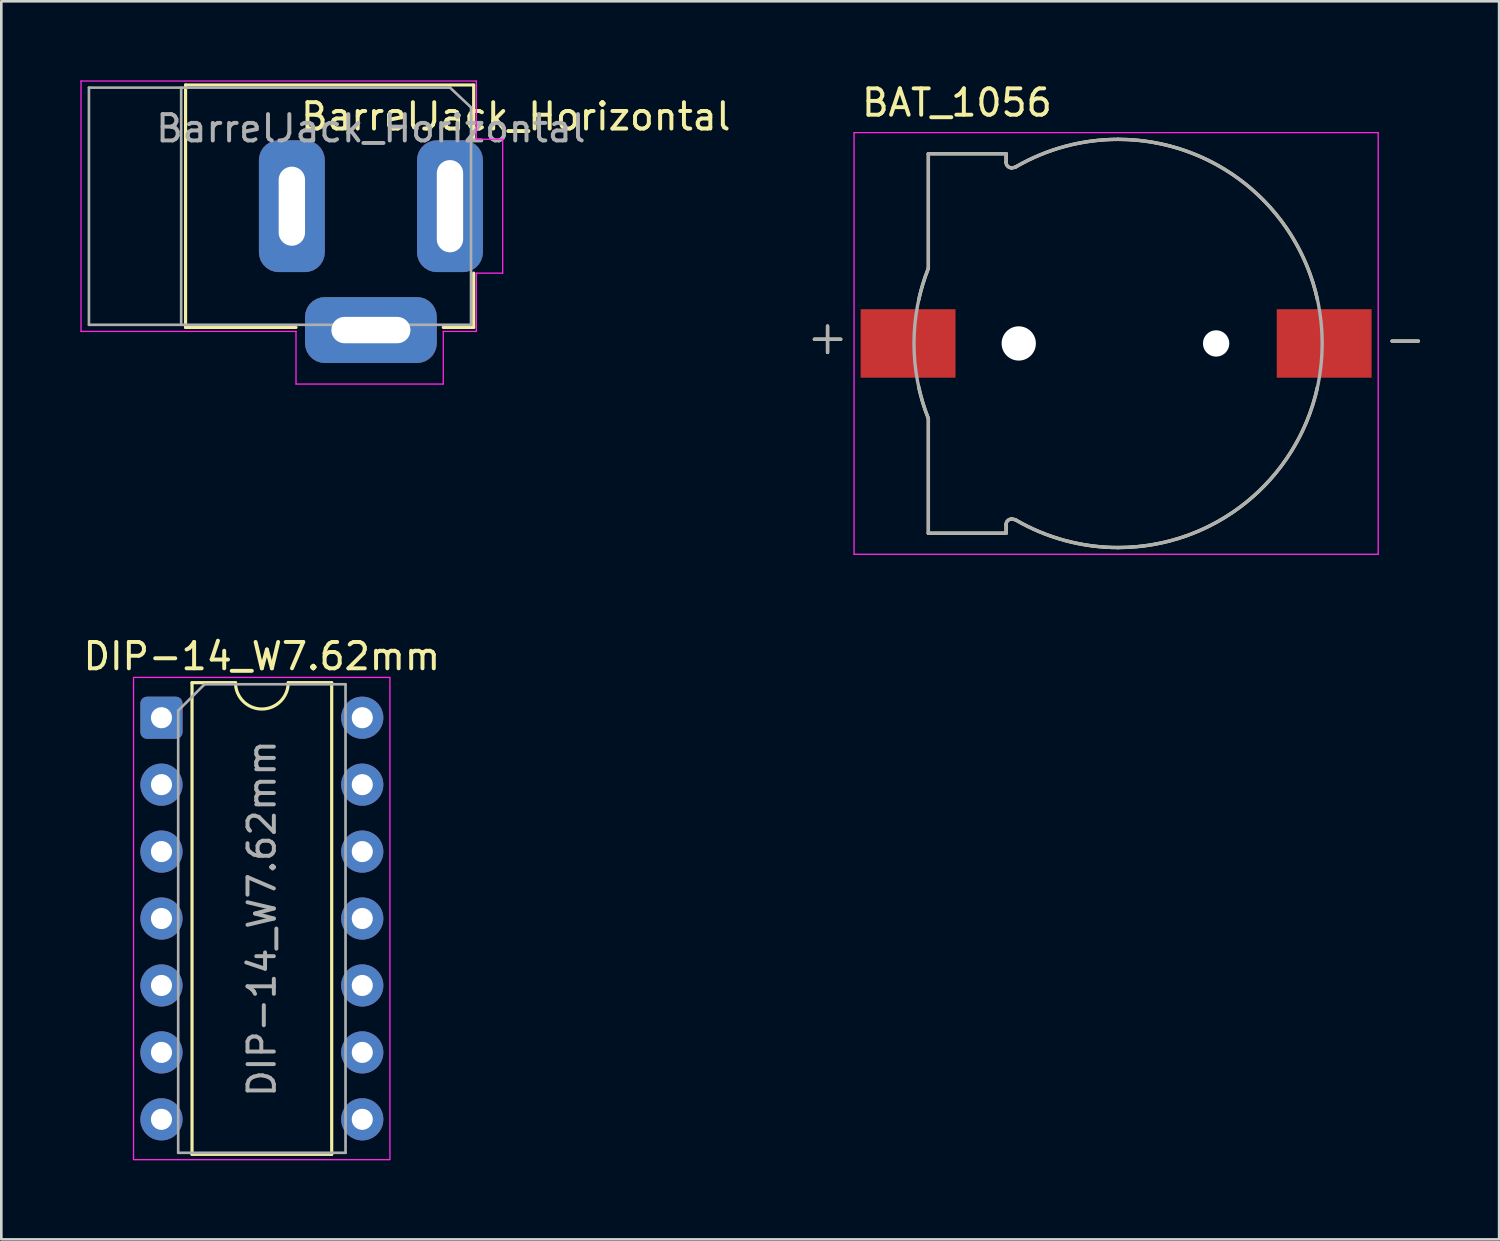
<source format=kicad_pcb>
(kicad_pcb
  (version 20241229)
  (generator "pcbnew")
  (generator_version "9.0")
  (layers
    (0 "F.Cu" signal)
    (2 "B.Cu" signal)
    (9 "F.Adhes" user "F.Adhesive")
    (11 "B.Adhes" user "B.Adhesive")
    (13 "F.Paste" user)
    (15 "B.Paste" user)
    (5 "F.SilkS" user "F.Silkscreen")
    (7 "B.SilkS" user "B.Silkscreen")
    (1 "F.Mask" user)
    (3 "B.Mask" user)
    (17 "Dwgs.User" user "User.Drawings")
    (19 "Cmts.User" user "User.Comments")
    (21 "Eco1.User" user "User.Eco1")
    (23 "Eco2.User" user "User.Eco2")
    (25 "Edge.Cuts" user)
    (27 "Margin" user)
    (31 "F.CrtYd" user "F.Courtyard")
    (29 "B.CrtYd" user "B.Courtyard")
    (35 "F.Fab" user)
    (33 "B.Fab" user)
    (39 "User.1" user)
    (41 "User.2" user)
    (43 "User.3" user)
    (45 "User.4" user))
  (footprint "DIP-14_W7.62mm"
    (layer "F.Cu")
    (at 3.077 24.186)
    (property "Reference" "DIP-14_W7.62mm" (at 3.81 -2.33 0) (layer "F.SilkS") (effects (font (size 1 1) (thickness 0.15))))
    (attr through_hole)
    (fp_line (start 1.16 -1.33) (end 1.16 16.57) (stroke (width 0.12) (type solid)) (layer "F.SilkS"))
    (fp_line (start 1.16 16.57) (end 6.46 16.57) (stroke (width 0.12) (type solid)) (layer "F.SilkS"))
    (fp_line (start 2.81 -1.33) (end 1.16 -1.33) (stroke (width 0.12) (type solid)) (layer "F.SilkS"))
    (fp_line (start 6.46 -1.33) (end 4.81 -1.33) (stroke (width 0.12) (type solid)) (layer "F.SilkS"))
    (fp_line (start 6.46 16.57) (end 6.46 -1.33) (stroke (width 0.12) (type solid)) (layer "F.SilkS"))
    (fp_arc (start 4.810001 -1.33) (mid 3.81 -0.33) (end 2.81 -1.33) (stroke (width 0.12) (type solid)) (layer "F.SilkS"))
    (fp_poly (pts (xy -1.06 -1.53) (xy 8.67 -1.53) (xy 8.67 16.77) (xy -1.06 16.77)) (stroke (width 0.05) (type solid)) (fill no) (layer "F.CrtYd"))
    (fp_line (start 0.635 -0.27) (end 1.635 -1.27) (stroke (width 0.1) (type solid)) (layer "F.Fab"))
    (fp_line (start 0.635 16.51) (end 0.635 -0.27) (stroke (width 0.1) (type solid)) (layer "F.Fab"))
    (fp_line (start 1.635 -1.27) (end 6.985 -1.27) (stroke (width 0.1) (type solid)) (layer "F.Fab"))
    (fp_line (start 6.985 -1.27) (end 6.985 16.51) (stroke (width 0.1) (type solid)) (layer "F.Fab"))
    (fp_line (start 6.985 16.51) (end 0.635 16.51) (stroke (width 0.1) (type solid)) (layer "F.Fab"))
    (fp_text user "${REFERENCE}" (at 3.81 7.62 270) (layer "F.Fab") (effects (font (size 1 1) (thickness 0.15))))
    (pad "1" thru_hole roundrect (at 0 0) (size 1.6 1.6) (drill 0.8) (layers "*.Cu" "*.Mask") (roundrect_rratio 0.156))
    (pad "2" thru_hole circle (at 0 2.54) (size 1.6 1.6) (drill 0.8) (layers "*.Cu" "*.Mask"))
    (pad "3" thru_hole circle (at 0 5.08) (size 1.6 1.6) (drill 0.8) (layers "*.Cu" "*.Mask"))
    (pad "4" thru_hole circle (at 0 7.62) (size 1.6 1.6) (drill 0.8) (layers "*.Cu" "*.Mask"))
    (pad "5" thru_hole circle (at 0 10.16) (size 1.6 1.6) (drill 0.8) (layers "*.Cu" "*.Mask"))
    (pad "6" thru_hole circle (at 0 12.7) (size 1.6 1.6) (drill 0.8) (layers "*.Cu" "*.Mask"))
    (pad "7" thru_hole circle (at 0 15.24) (size 1.6 1.6) (drill 0.8) (layers "*.Cu" "*.Mask"))
    (pad "8" thru_hole circle (at 7.62 15.24) (size 1.6 1.6) (drill 0.8) (layers "*.Cu" "*.Mask"))
    (pad "9" thru_hole circle (at 7.62 12.7) (size 1.6 1.6) (drill 0.8) (layers "*.Cu" "*.Mask"))
    (pad "10" thru_hole circle (at 7.62 10.16) (size 1.6 1.6) (drill 0.8) (layers "*.Cu" "*.Mask"))
    (pad "11" thru_hole circle (at 7.62 7.62) (size 1.6 1.6) (drill 0.8) (layers "*.Cu" "*.Mask"))
    (pad "12" thru_hole circle (at 7.62 5.08) (size 1.6 1.6) (drill 0.8) (layers "*.Cu" "*.Mask"))
    (pad "13" thru_hole circle (at 7.62 2.54) (size 1.6 1.6) (drill 0.8) (layers "*.Cu" "*.Mask"))
    (pad "14" thru_hole circle (at 7.62 0) (size 1.6 1.6) (drill 0.8) (layers "*.Cu" "*.Mask")))
  (footprint "BAT_1056"
    (layer "F.Cu")
    (at 39.589 9.983)
    (property "Reference" "BAT_1056" (at -6.325 -9.135 0) (layer "F.SilkS") (effects (font (size 1 1) (thickness 0.15))))
    (attr smd)
    (fp_line (start -11.735 -0.16) (end -10.735 -0.16) (stroke (width 0.127) (type solid)) (layer "F.SilkS"))
    (fp_line (start -11.235 -0.66) (end -11.235 0.34) (stroke (width 0.127) (type solid)) (layer "F.SilkS"))
    (fp_line (start -7.41 -7.2) (end -4.46 -7.2) (stroke (width 0.127) (type solid)) (layer "F.SilkS"))
    (fp_line (start -7.41 -2.85) (end -7.41 -7.2) (stroke (width 0.127) (type solid)) (layer "F.SilkS"))
    (fp_line (start -7.41 2.85) (end -7.41 7.2) (stroke (width 0.127) (type solid)) (layer "F.SilkS"))
    (fp_line (start -7.41 7.2) (end -4.46 7.2) (stroke (width 0.127) (type solid)) (layer "F.SilkS"))
    (fp_line (start -4.46 -7.2) (end -4.46 -6.88) (stroke (width 0.127) (type solid)) (layer "F.SilkS"))
    (fp_line (start -4.46 7.2) (end -4.46 6.88) (stroke (width 0.127) (type solid)) (layer "F.SilkS"))
    (fp_line (start 10.185 -0.09) (end 11.185 -0.09) (stroke (width 0.127) (type solid)) (layer "F.SilkS"))
    (fp_arc (start -7.773 -1.664) (mid -7.616196 -2.264559) (end -7.41 -2.85) (stroke (width 0.127) (type solid)) (layer "F.SilkS"))
    (fp_arc (start -7.41 2.85) (mid -7.616196 2.264559) (end -7.773 1.664) (stroke (width 0.127) (type solid)) (layer "F.SilkS"))
    (fp_arc (start -4.460001 6.88) (mid -4.40703 6.732113) (end -4.265 6.665) (stroke (width 0.127) (type solid)) (layer "F.SilkS"))
    (fp_arc (start -4.265 -6.665) (mid -4.407028 -6.732114) (end -4.46 -6.88) (stroke (width 0.127) (type solid)) (layer "F.SilkS"))
    (fp_arc (start -4.265 6.665) (mid -4.17231 6.672896) (end -4.085 6.705) (stroke (width 0.127) (type solid)) (layer "F.SilkS"))
    (fp_arc (start -4.085 -6.705) (mid -4.17231 -6.672896) (end -4.265 -6.665) (stroke (width 0.127) (type solid)) (layer "F.SilkS"))
    (fp_arc (start -4.085 -6.705) (mid -2.216137 -7.480737) (end -0.21 -7.745) (stroke (width 0.127) (type solid)) (layer "F.SilkS"))
    (fp_arc (start -0.21 -7.745) (mid 4.642358 -6.036609) (end 7.354 -1.664999) (stroke (width 0.127) (type solid)) (layer "F.SilkS"))
    (fp_arc (start -0.21 7.745) (mid -2.216137 7.480737) (end -4.085 6.705) (stroke (width 0.127) (type solid)) (layer "F.SilkS"))
    (fp_arc (start 7.354 1.664999) (mid 4.642358 6.036609) (end -0.21 7.745) (stroke (width 0.127) (type solid)) (layer "F.SilkS"))
    (fp_line (start -10.23 -8) (end 9.66 -8) (stroke (width 0.05) (type solid)) (layer "F.CrtYd"))
    (fp_line (start -10.23 8) (end -10.23 -8) (stroke (width 0.05) (type solid)) (layer "F.CrtYd"))
    (fp_line (start 9.66 -8) (end 9.66 8) (stroke (width 0.05) (type solid)) (layer "F.CrtYd"))
    (fp_line (start 9.66 8) (end -10.23 8) (stroke (width 0.05) (type solid)) (layer "F.CrtYd"))
    (fp_line (start -11.735 -0.16) (end -10.735 -0.16) (stroke (width 0.127) (type solid)) (layer "F.Fab"))
    (fp_line (start -11.235 -0.66) (end -11.235 0.34) (stroke (width 0.127) (type solid)) (layer "F.Fab"))
    (fp_line (start -7.41 -7.2) (end -7.41 -2.85) (stroke (width 0.127) (type solid)) (layer "F.Fab"))
    (fp_line (start -7.41 -7.2) (end -4.46 -7.2) (stroke (width 0.127) (type solid)) (layer "F.Fab"))
    (fp_line (start -7.41 2.85) (end -7.41 7.2) (stroke (width 0.127) (type solid)) (layer "F.Fab"))
    (fp_line (start -7.41 7.2) (end -4.46 7.2) (stroke (width 0.127) (type solid)) (layer "F.Fab"))
    (fp_line (start -4.46 -7.2) (end -4.46 -6.88) (stroke (width 0.127) (type solid)) (layer "F.Fab"))
    (fp_line (start -4.46 7.2) (end -4.46 6.88) (stroke (width 0.127) (type solid)) (layer "F.Fab"))
    (fp_line (start 10.185 -0.09) (end 11.185 -0.09) (stroke (width 0.127) (type solid)) (layer "F.Fab"))
    (fp_arc (start -7.41 2.85) (mid -7.955059 0) (end -7.41 -2.85) (stroke (width 0.127) (type solid)) (layer "F.Fab"))
    (fp_arc (start -4.460001 6.88) (mid -4.40703 6.732113) (end -4.265 6.665) (stroke (width 0.127) (type solid)) (layer "F.Fab"))
    (fp_arc (start -4.265 -6.665) (mid -4.407028 -6.732114) (end -4.46 -6.88) (stroke (width 0.127) (type solid)) (layer "F.Fab"))
    (fp_arc (start -4.265 6.665) (mid -4.17231 6.672896) (end -4.085 6.705) (stroke (width 0.127) (type solid)) (layer "F.Fab"))
    (fp_arc (start -4.085 -6.705) (mid -4.17231 -6.672896) (end -4.265 -6.665) (stroke (width 0.127) (type solid)) (layer "F.Fab"))
    (fp_arc (start -4.085 -6.705) (mid -2.216137 -7.480737) (end -0.21 -7.745) (stroke (width 0.127) (type solid)) (layer "F.Fab"))
    (fp_arc (start -0.21 -7.745) (mid 7.535 0) (end -0.21 7.745) (stroke (width 0.127) (type solid)) (layer "F.Fab"))
    (fp_arc (start -0.21 7.745) (mid -2.216137 7.480737) (end -4.085 6.705) (stroke (width 0.127) (type solid)) (layer "F.Fab"))
    (pad "" np_thru_hole circle (at -3.98 0) (size 1.3 1.3) (drill 1.3) (layers "*.Cu" "*.Mask"))
    (pad "" np_thru_hole circle (at 3.51 0) (size 1 1) (drill 1) (layers "*.Cu" "*.Mask"))
    (pad "N" smd rect (at 7.61 0) (size 3.6 2.6) (layers "F.Cu" "F.Mask" "F.Paste"))
    (pad "P" smd rect (at -8.18 0) (size 3.6 2.6) (layers "F.Cu" "F.Mask" "F.Paste")))
  (footprint "BarrelJack_Horizontal"
    (layer "F.Cu")
    (at 14.025 4.775)
    (property "Reference" "BarrelJack_Horizontal" (at 2.498 -3.402 180) (layer "F.SilkS") (effects (font (size 1 1) (thickness 0.15))))
    (attr through_hole)
    (fp_line (start -10.033 -4.6) (end 0.9 -4.6) (stroke (width 0.12) (type solid)) (layer "F.SilkS"))
    (fp_line (start -10.033 4.6) (end -10.033 -4.6) (stroke (width 0.12) (type solid)) (layer "F.SilkS"))
    (fp_line (start -5.842 4.6) (end -10.033 4.6) (stroke (width 0.12) (type solid)) (layer "F.SilkS"))
    (fp_line (start 0.9 -4.6) (end 0.9 -2.54) (stroke (width 0.12) (type solid)) (layer "F.SilkS"))
    (fp_line (start 0.9 2.54) (end 0.9 4.6) (stroke (width 0.12) (type solid)) (layer "F.SilkS"))
    (fp_line (start 0.9 4.6) (end -0.254 4.6) (stroke (width 0.12) (type solid)) (layer "F.SilkS"))
    (fp_line (start -14 4.75) (end -14 -4.75) (stroke (width 0.05) (type solid)) (layer "F.CrtYd"))
    (fp_line (start -5.842 4.75) (end -14 4.75) (stroke (width 0.05) (type solid)) (layer "F.CrtYd"))
    (fp_line (start -5.842 6.75) (end -5.842 4.75) (stroke (width 0.05) (type solid)) (layer "F.CrtYd"))
    (fp_line (start -0.254 4.75) (end -0.254 6.75) (stroke (width 0.05) (type solid)) (layer "F.CrtYd"))
    (fp_line (start -0.254 6.75) (end -5.842 6.75) (stroke (width 0.05) (type solid)) (layer "F.CrtYd"))
    (fp_line (start 1 -4.75) (end -14 -4.75) (stroke (width 0.05) (type solid)) (layer "F.CrtYd"))
    (fp_line (start 1 -4.75) (end 1 -2.54) (stroke (width 0.05) (type solid)) (layer "F.CrtYd"))
    (fp_line (start 1 2.54) (end 1 4.75) (stroke (width 0.05) (type solid)) (layer "F.CrtYd"))
    (fp_line (start 1 4.75) (end -0.254 4.75) (stroke (width 0.05) (type solid)) (layer "F.CrtYd"))
    (fp_line (start 1.016 -2.54) (end 2.016 -2.54) (stroke (width 0.05) (type solid)) (layer "F.CrtYd"))
    (fp_line (start 2 -2.54) (end 2 2.54) (stroke (width 0.05) (type solid)) (layer "F.CrtYd"))
    (fp_line (start 2 2.54) (end 1 2.54) (stroke (width 0.05) (type solid)) (layer "F.CrtYd"))
    (fp_line (start -13.7 -4.5) (end -13.7 4.5) (stroke (width 0.1) (type solid)) (layer "F.Fab"))
    (fp_line (start -13.7 4.5) (end 0.8 4.5) (stroke (width 0.1) (type solid)) (layer "F.Fab"))
    (fp_line (start -10.2 -4.5) (end -10.2 4.5) (stroke (width 0.1) (type solid)) (layer "F.Fab"))
    (fp_line (start -0.003 -4.505) (end 0.8 -3.75) (stroke (width 0.1) (type solid)) (layer "F.Fab"))
    (fp_line (start 0 -4.5) (end -13.7 -4.5) (stroke (width 0.1) (type solid)) (layer "F.Fab"))
    (fp_line (start 0.8 4.5) (end 0.8 -3.75) (stroke (width 0.1) (type solid)) (layer "F.Fab"))
    (fp_text user "${REFERENCE}" (at -3 -2.95 180) (layer "F.Fab") (effects (font (size 1 1) (thickness 0.15))))
    (pad "1" thru_hole roundrect (at 0 0) (size 2.5 5) (drill oval 1 3.5) (layers "*.Cu" "*.Mask") (roundrect_rratio 0.3))
    (pad "2" thru_hole roundrect (at -6 0) (size 2.5 5) (drill oval 1 3) (layers "*.Cu" "*.Mask") (roundrect_rratio 0.3))
    (pad "3" thru_hole roundrect (at -3 4.7) (size 5 2.5) (drill oval 3 1) (layers "*.Cu" "*.Mask") (roundrect_rratio 0.3)))
  (gr_rect
    (start -3 -3)
    (end 53.838 43.981)
    (stroke (width 0.1) (type default))
    (fill no)
    (layer "Edge.Cuts")))
</source>
